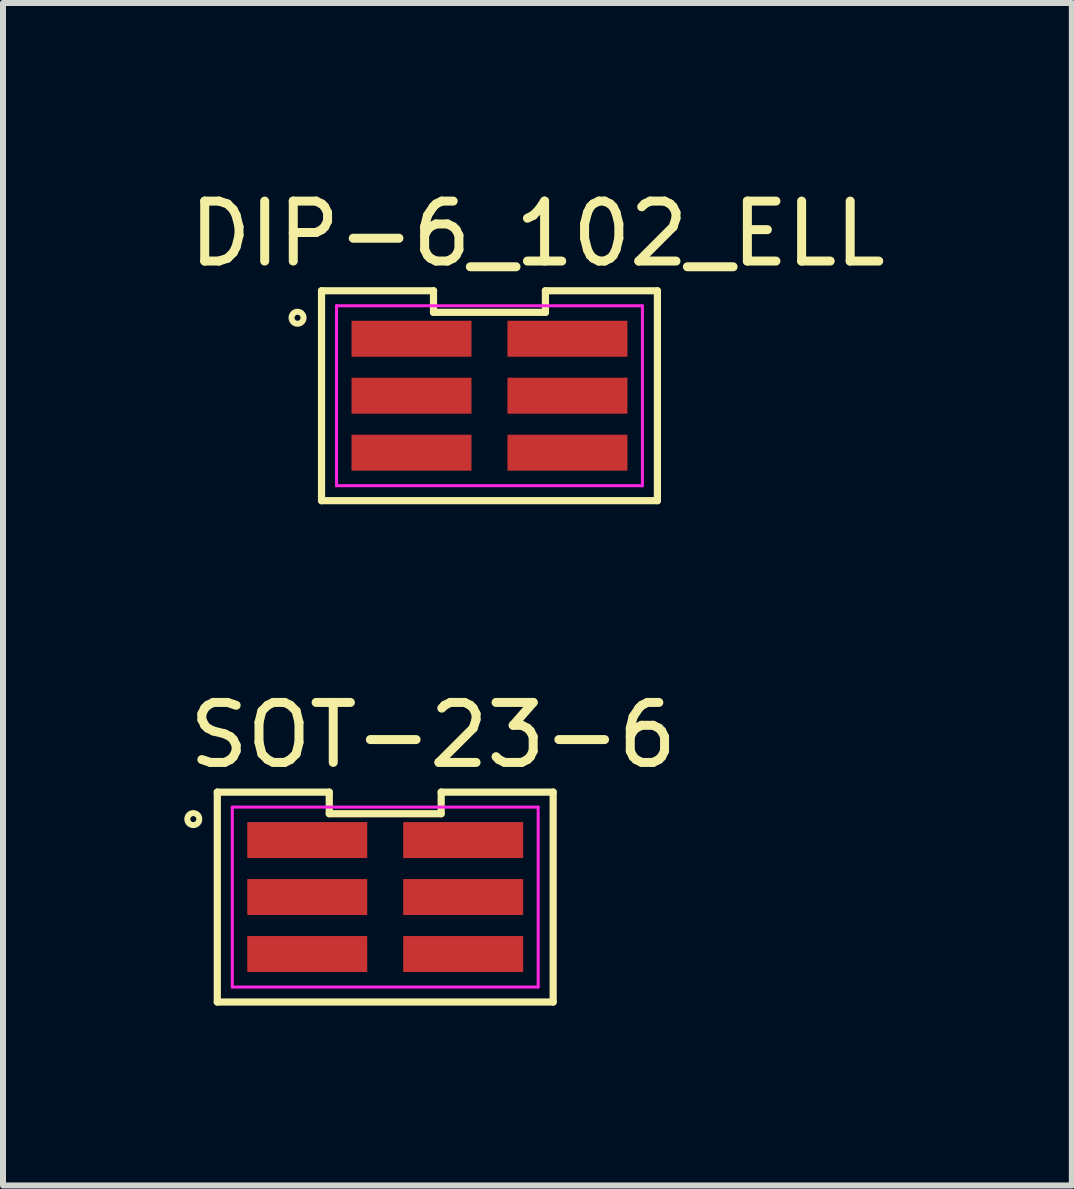
<source format=kicad_pcb>
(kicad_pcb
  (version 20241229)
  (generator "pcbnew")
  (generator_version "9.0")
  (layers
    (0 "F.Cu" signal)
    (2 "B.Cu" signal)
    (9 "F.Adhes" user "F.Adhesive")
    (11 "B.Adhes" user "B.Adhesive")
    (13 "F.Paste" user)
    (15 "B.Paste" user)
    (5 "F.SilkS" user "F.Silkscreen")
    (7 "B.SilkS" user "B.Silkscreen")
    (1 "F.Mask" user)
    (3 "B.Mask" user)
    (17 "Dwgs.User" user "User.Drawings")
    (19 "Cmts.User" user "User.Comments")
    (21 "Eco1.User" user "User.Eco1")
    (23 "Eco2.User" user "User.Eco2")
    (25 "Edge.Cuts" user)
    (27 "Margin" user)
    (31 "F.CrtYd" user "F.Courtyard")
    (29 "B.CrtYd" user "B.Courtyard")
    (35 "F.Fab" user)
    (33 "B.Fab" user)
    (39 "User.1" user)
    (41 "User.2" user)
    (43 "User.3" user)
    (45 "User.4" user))
  (footprint "SOT-23-6"
    (layer "F.Cu")
    (at 3.673 12.207)
    (property "Reference" "SOT-23-6" (at 0.5 -3 0) (layer "F.SilkS") (effects (font (size 1 1) (thickness 0.15))))
    (attr through_hole)
    (fp_line (start -3.1 -2.05) (end -3.1 1.45) (stroke (width 0.12) (type default)) (layer "F.SilkS"))
    (fp_line (start -3.1 1.45) (end 2.5 1.45) (stroke (width 0.12) (type default)) (layer "F.SilkS"))
    (fp_line (start -1.233 -2.05) (end -3.1 -2.05) (stroke (width 0.12) (type default)) (layer "F.SilkS"))
    (fp_line (start -1.233 -1.69) (end -1.233 -2.05) (stroke (width 0.12) (type default)) (layer "F.SilkS"))
    (fp_line (start 0.633 -2.05) (end 0.633 -1.69) (stroke (width 0.12) (type default)) (layer "F.SilkS"))
    (fp_line (start 0.633 -1.69) (end -1.233 -1.69) (stroke (width 0.12) (type default)) (layer "F.SilkS"))
    (fp_line (start 2.5 -2.05) (end 0.633 -2.05) (stroke (width 0.12) (type default)) (layer "F.SilkS"))
    (fp_line (start 2.5 1.45) (end 2.5 -2.05) (stroke (width 0.12) (type default)) (layer "F.SilkS"))
    (fp_circle (center -3.5 -1.6) (end -3.4 -1.6) (stroke (width 0.1) (type default)) (fill no) (layer "F.SilkS"))
    (fp_line (start -2.85 -1.8) (end 2.25 -1.8) (stroke (width 0.05) (type default)) (layer "F.CrtYd"))
    (fp_line (start -2.85 1.2) (end -2.85 -1.8) (stroke (width 0.05) (type default)) (layer "F.CrtYd"))
    (fp_line (start 2.25 -1.8) (end 2.25 1.2) (stroke (width 0.05) (type default)) (layer "F.CrtYd"))
    (fp_line (start 2.25 1.2) (end -2.85 1.2) (stroke (width 0.05) (type default)) (layer "F.CrtYd"))
    (pad "1" smd rect (at -1.6 -1.25 270) (size 0.6 2) (layers "F.Cu" "F.Mask" "F.Paste"))
    (pad "2" smd rect (at -1.6 -0.3 270) (size 0.6 2) (layers "F.Cu" "F.Mask" "F.Paste"))
    (pad "3" smd rect (at -1.6 0.65 270) (size 0.6 2) (layers "F.Cu" "F.Mask" "F.Paste"))
    (pad "4" smd rect (at 1 0.65 270) (size 0.6 2) (layers "F.Cu" "F.Mask" "F.Paste"))
    (pad "5" smd rect (at 1 -0.3 270) (size 0.6 2) (layers "F.Cu" "F.Mask" "F.Paste"))
    (pad "6" smd rect (at 1 -1.25 270) (size 0.6 2) (layers "F.Cu" "F.Mask" "F.Paste")))
  (footprint "DIP-6_102_ELL"
    (layer "F.Cu")
    (at 5.411 3.848)
    (property "Reference" "DIP-6_102_ELL" (at 0.5 -3 0) (layer "F.SilkS") (effects (font (size 1 1) (thickness 0.15))))
    (attr through_hole)
    (fp_line (start -3.1 -2.05) (end -3.1 1.45) (stroke (width 0.12) (type default)) (layer "F.SilkS"))
    (fp_line (start -3.1 1.45) (end 2.5 1.45) (stroke (width 0.12) (type default)) (layer "F.SilkS"))
    (fp_line (start -1.233 -2.05) (end -3.1 -2.05) (stroke (width 0.12) (type default)) (layer "F.SilkS"))
    (fp_line (start -1.233 -1.69) (end -1.233 -2.05) (stroke (width 0.12) (type default)) (layer "F.SilkS"))
    (fp_line (start 0.633 -2.05) (end 0.633 -1.69) (stroke (width 0.12) (type default)) (layer "F.SilkS"))
    (fp_line (start 0.633 -1.69) (end -1.233 -1.69) (stroke (width 0.12) (type default)) (layer "F.SilkS"))
    (fp_line (start 2.5 -2.05) (end 0.633 -2.05) (stroke (width 0.12) (type default)) (layer "F.SilkS"))
    (fp_line (start 2.5 1.45) (end 2.5 -2.05) (stroke (width 0.12) (type default)) (layer "F.SilkS"))
    (fp_circle (center -3.5 -1.6) (end -3.4 -1.6) (stroke (width 0.1) (type default)) (fill no) (layer "F.SilkS"))
    (fp_line (start -2.85 -1.8) (end 2.25 -1.8) (stroke (width 0.05) (type default)) (layer "F.CrtYd"))
    (fp_line (start -2.85 1.2) (end -2.85 -1.8) (stroke (width 0.05) (type default)) (layer "F.CrtYd"))
    (fp_line (start 2.25 -1.8) (end 2.25 1.2) (stroke (width 0.05) (type default)) (layer "F.CrtYd"))
    (fp_line (start 2.25 1.2) (end -2.85 1.2) (stroke (width 0.05) (type default)) (layer "F.CrtYd"))
    (pad "1" smd rect (at -1.6 -1.25 270) (size 0.6 2) (layers "F.Cu" "F.Mask" "F.Paste"))
    (pad "2" smd rect (at -1.6 -0.3 270) (size 0.6 2) (layers "F.Cu" "F.Mask" "F.Paste"))
    (pad "3" smd rect (at -1.6 0.65 270) (size 0.6 2) (layers "F.Cu" "F.Mask" "F.Paste"))
    (pad "4" smd rect (at 1 0.65 270) (size 0.6 2) (layers "F.Cu" "F.Mask" "F.Paste"))
    (pad "5" smd rect (at 1 -0.3 270) (size 0.6 2) (layers "F.Cu" "F.Mask" "F.Paste"))
    (pad "6" smd rect (at 1 -1.25 270) (size 0.6 2) (layers "F.Cu" "F.Mask" "F.Paste")))
  (gr_rect
    (start -3 -3)
    (end 14.821 16.716)
    (stroke (width 0.1) (type default))
    (fill no)
    (layer "Edge.Cuts")))
</source>
